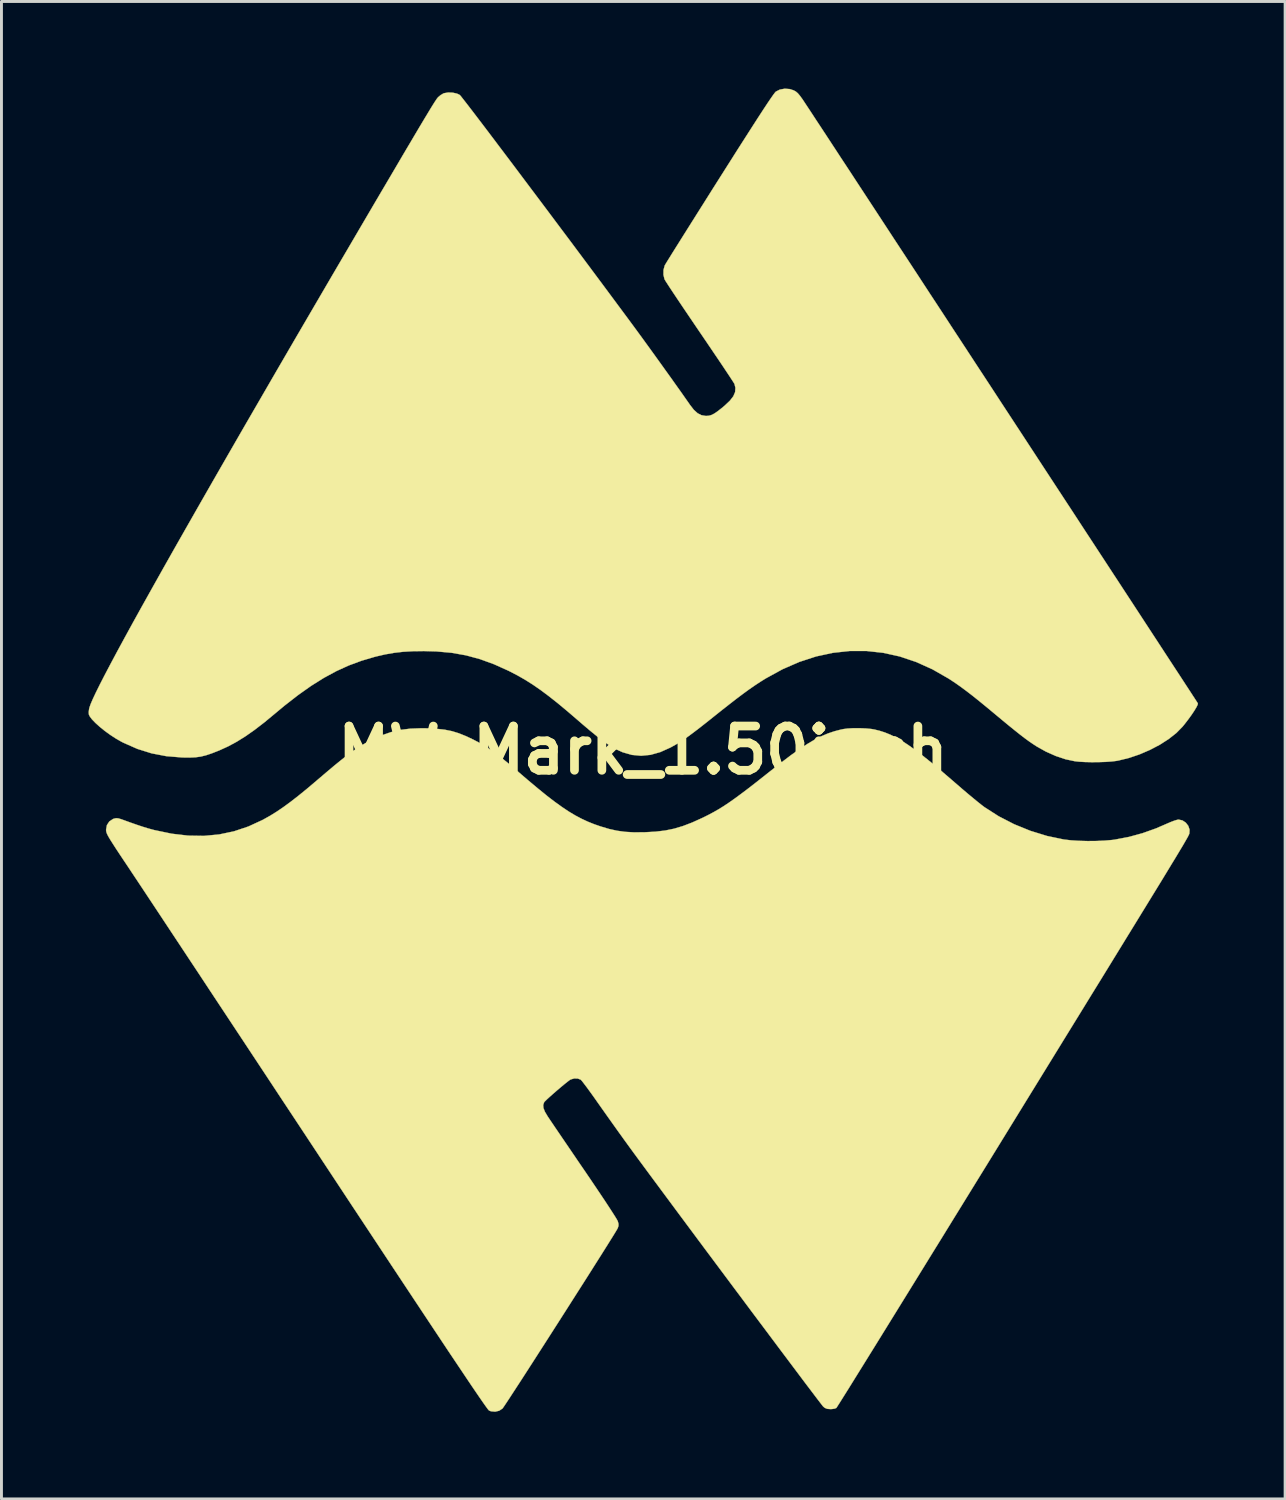
<source format=kicad_pcb>
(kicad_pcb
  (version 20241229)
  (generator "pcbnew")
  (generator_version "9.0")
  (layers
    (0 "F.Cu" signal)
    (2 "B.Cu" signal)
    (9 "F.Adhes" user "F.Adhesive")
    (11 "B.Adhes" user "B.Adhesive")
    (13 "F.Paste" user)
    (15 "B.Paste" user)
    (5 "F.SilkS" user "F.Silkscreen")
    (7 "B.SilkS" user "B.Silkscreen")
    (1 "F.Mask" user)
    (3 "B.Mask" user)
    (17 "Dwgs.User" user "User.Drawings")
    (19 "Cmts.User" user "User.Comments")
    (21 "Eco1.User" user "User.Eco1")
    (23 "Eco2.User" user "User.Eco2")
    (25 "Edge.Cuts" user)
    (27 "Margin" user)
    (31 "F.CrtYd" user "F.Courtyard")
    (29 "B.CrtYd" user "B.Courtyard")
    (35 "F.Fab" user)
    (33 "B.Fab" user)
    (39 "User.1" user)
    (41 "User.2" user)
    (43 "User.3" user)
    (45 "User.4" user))
  (footprint "MW_Mark_1.50inch"
    (layer "F.Cu")
    (at 19.097 22.794)
    (property "Reference" "MW_Mark_1.50inch" (at 0 0 0) (layer "F.SilkS") (effects (font (size 1.524 1.524) (thickness 0.3))))
    (attr through_hole)
    (fp_poly (pts (xy 5.063 -22.775) (xy 5.198 -22.729) (xy 5.27 -22.688) (xy 5.337 -22.63) (xy 5.409 -22.544) (xy 5.499 -22.42) (xy 5.544 -22.352) (xy 5.602 -22.264) (xy 5.692 -22.128) (xy 5.812 -21.946) (xy 5.96 -21.719) (xy 6.137 -21.451) (xy 6.339 -21.143) (xy 6.565 -20.798) (xy 6.814 -20.417) (xy 7.086 -20.004) (xy 7.377 -19.559) (xy 7.687 -19.086) (xy 8.014 -18.587) (xy 8.357 -18.063) (xy 8.714 -17.517) (xy 9.085 -16.952) (xy 9.467 -16.369) (xy 9.858 -15.77) (xy 10.259 -15.159) (xy 10.666 -14.536) (xy 11.08 -13.905) (xy 11.497 -13.267) (xy 11.918 -12.625) (xy 12.339 -11.98) (xy 12.761 -11.336) (xy 13.181 -10.694) (xy 13.598 -10.056) (xy 14.011 -9.425) (xy 14.418 -8.803) (xy 14.818 -8.193) (xy 15.208 -7.595) (xy 15.589 -7.013) (xy 15.958 -6.449) (xy 16.314 -5.905) (xy 16.656 -5.382) (xy 16.981 -4.885) (xy 17.289 -4.413) (xy 17.578 -3.971) (xy 17.847 -3.559) (xy 18.094 -3.181) (xy 18.318 -2.838) (xy 18.518 -2.533) (xy 18.691 -2.267) (xy 18.837 -2.044) (xy 18.953 -1.865) (xy 19.04 -1.732) (xy 19.094 -1.648) (xy 19.115 -1.615) (xy 19.115 -1.614) (xy 19.106 -1.566) (xy 19.062 -1.478) (xy 18.99 -1.359) (xy 18.896 -1.218) (xy 18.785 -1.065) (xy 18.665 -0.909) (xy 18.586 -0.812) (xy 18.374 -0.596) (xy 18.109 -0.387) (xy 17.803 -0.191) (xy 17.466 -0.014) (xy 17.109 0.14) (xy 16.743 0.264) (xy 16.379 0.353) (xy 16.316 0.365) (xy 16.152 0.385) (xy 15.943 0.4) (xy 15.707 0.408) (xy 15.461 0.41) (xy 15.226 0.405) (xy 15.017 0.393) (xy 14.88 0.378) (xy 14.558 0.31) (xy 14.218 0.196) (xy 13.877 0.044) (xy 13.563 -0.132) (xy 13.434 -0.216) (xy 13.3 -0.308) (xy 13.156 -0.413) (xy 12.994 -0.537) (xy 12.808 -0.685) (xy 12.591 -0.861) (xy 12.337 -1.071) (xy 12.175 -1.206) (xy 11.865 -1.464) (xy 11.595 -1.685) (xy 11.359 -1.874) (xy 11.149 -2.036) (xy 10.959 -2.177) (xy 10.781 -2.303) (xy 10.609 -2.418) (xy 10.523 -2.473) (xy 9.971 -2.789) (xy 9.412 -3.041) (xy 8.847 -3.231) (xy 8.276 -3.357) (xy 7.701 -3.42) (xy 7.124 -3.42) (xy 6.544 -3.357) (xy 5.964 -3.232) (xy 5.385 -3.043) (xy 4.807 -2.791) (xy 4.232 -2.476) (xy 4.217 -2.467) (xy 4.036 -2.354) (xy 3.854 -2.234) (xy 3.663 -2.102) (xy 3.457 -1.952) (xy 3.228 -1.78) (xy 2.969 -1.579) (xy 2.673 -1.346) (xy 2.481 -1.193) (xy 2.198 -0.967) (xy 1.956 -0.777) (xy 1.749 -0.619) (xy 1.57 -0.486) (xy 1.413 -0.376) (xy 1.27 -0.282) (xy 1.135 -0.199) (xy 1.001 -0.124) (xy 0.942 -0.092) (xy 0.596 0.063) (xy 0.262 0.157) (xy -0.063 0.189) (xy -0.382 0.159) (xy -0.697 0.069) (xy -0.919 -0.032) (xy -1.067 -0.115) (xy -1.224 -0.216) (xy -1.399 -0.34) (xy -1.596 -0.492) (xy -1.823 -0.677) (xy -2.085 -0.899) (xy -2.244 -1.037) (xy -2.612 -1.353) (xy -2.944 -1.629) (xy -3.247 -1.868) (xy -3.527 -2.077) (xy -3.793 -2.261) (xy -4.051 -2.424) (xy -4.309 -2.572) (xy -4.574 -2.71) (xy -4.631 -2.739) (xy -5.133 -2.965) (xy -5.617 -3.141) (xy -6.098 -3.271) (xy -6.592 -3.358) (xy -7.113 -3.405) (xy -7.544 -3.417) (xy -7.921 -3.412) (xy -8.256 -3.393) (xy -8.569 -3.357) (xy -8.88 -3.303) (xy -9.208 -3.227) (xy -9.248 -3.216) (xy -9.695 -3.084) (xy -10.13 -2.923) (xy -10.559 -2.728) (xy -10.989 -2.495) (xy -11.427 -2.221) (xy -11.878 -1.902) (xy -12.351 -1.534) (xy -12.68 -1.26) (xy -13.046 -0.957) (xy -13.382 -0.699) (xy -13.696 -0.479) (xy -13.995 -0.293) (xy -14.288 -0.135) (xy -14.583 -0.00028) (xy -14.613 0.012) (xy -14.85 0.105) (xy -15.049 0.172) (xy -15.231 0.217) (xy -15.414 0.242) (xy -15.617 0.251) (xy -15.86 0.248) (xy -15.882 0.247) (xy -16.417 0.203) (xy -16.924 0.106) (xy -17.413 -0.047) (xy -17.896 -0.26) (xy -17.961 -0.293) (xy -18.152 -0.402) (xy -18.346 -0.528) (xy -18.535 -0.665) (xy -18.709 -0.806) (xy -18.861 -0.943) (xy -18.981 -1.068) (xy -19.06 -1.175) (xy -19.087 -1.236) (xy -19.092 -1.317) (xy -19.078 -1.422) (xy -19.069 -1.462) (xy -19.029 -1.58) (xy -18.956 -1.752) (xy -18.851 -1.976) (xy -18.714 -2.253) (xy -18.546 -2.581) (xy -18.347 -2.959) (xy -18.119 -3.387) (xy -17.86 -3.864) (xy -17.572 -4.39) (xy -17.255 -4.962) (xy -16.909 -5.581) (xy -16.536 -6.246) (xy -16.135 -6.956) (xy -15.706 -7.71) (xy -15.251 -8.508) (xy -14.77 -9.348) (xy -14.263 -10.23) (xy -13.731 -11.153) (xy -13.173 -12.116) (xy -12.592 -13.119) (xy -11.986 -14.161) (xy -11.356 -15.24) (xy -10.704 -16.356) (xy -10.028 -17.509) (xy -9.619 -18.207) (xy -9.285 -18.776) (xy -8.981 -19.293) (xy -8.706 -19.759) (xy -8.459 -20.179) (xy -8.239 -20.554) (xy -8.042 -20.886) (xy -7.869 -21.179) (xy -7.718 -21.434) (xy -7.586 -21.655) (xy -7.473 -21.843) (xy -7.377 -22.002) (xy -7.297 -22.134) (xy -7.231 -22.241) (xy -7.177 -22.326) (xy -7.134 -22.391) (xy -7.101 -22.44) (xy -7.075 -22.474) (xy -7.057 -22.495) (xy -6.969 -22.569) (xy -6.872 -22.626) (xy -6.85 -22.634) (xy -6.709 -22.658) (xy -6.551 -22.652) (xy -6.404 -22.619) (xy -6.309 -22.572) (xy -6.28 -22.54) (xy -6.216 -22.459) (xy -6.118 -22.334) (xy -5.988 -22.166) (xy -5.83 -21.96) (xy -5.646 -21.718) (xy -5.436 -21.442) (xy -5.205 -21.137) (xy -4.954 -20.804) (xy -4.685 -20.448) (xy -4.401 -20.071) (xy -4.104 -19.675) (xy -3.796 -19.265) (xy -3.479 -18.843) (xy -3.156 -18.412) (xy -2.829 -17.975) (xy -2.5 -17.536) (xy -2.172 -17.096) (xy -1.847 -16.66) (xy -1.526 -16.229) (xy -1.213 -15.808) (xy -0.91 -15.399) (xy -0.618 -15.006) (xy -0.349 -14.642) (xy -0.197 -14.435) (xy -0.023 -14.197) (xy 0.167 -13.935) (xy 0.368 -13.657) (xy 0.574 -13.371) (xy 0.779 -13.085) (xy 0.978 -12.808) (xy 1.163 -12.547) (xy 1.331 -12.311) (xy 1.474 -12.107) (xy 1.588 -11.945) (xy 1.617 -11.902) (xy 1.752 -11.728) (xy 1.882 -11.61) (xy 2.016 -11.542) (xy 2.164 -11.517) (xy 2.182 -11.517) (xy 2.27 -11.524) (xy 2.356 -11.547) (xy 2.45 -11.594) (xy 2.563 -11.67) (xy 2.704 -11.78) (xy 2.816 -11.873) (xy 2.993 -12.04) (xy 3.112 -12.193) (xy 3.175 -12.34) (xy 3.185 -12.486) (xy 3.153 -12.617) (xy 3.13 -12.656) (xy 3.074 -12.744) (xy 2.989 -12.874) (xy 2.876 -13.044) (xy 2.741 -13.247) (xy 2.584 -13.48) (xy 2.41 -13.737) (xy 2.222 -14.015) (xy 2.023 -14.308) (xy 1.954 -14.409) (xy 1.752 -14.707) (xy 1.559 -14.992) (xy 1.379 -15.258) (xy 1.215 -15.502) (xy 1.07 -15.719) (xy 0.948 -15.903) (xy 0.852 -16.05) (xy 0.784 -16.156) (xy 0.748 -16.216) (xy 0.743 -16.224) (xy 0.706 -16.378) (xy 0.708 -16.545) (xy 0.749 -16.696) (xy 0.756 -16.712) (xy 0.781 -16.753) (xy 0.837 -16.845) (xy 0.923 -16.983) (xy 1.035 -17.164) (xy 1.173 -17.384) (xy 1.333 -17.639) (xy 1.514 -17.927) (xy 1.713 -18.243) (xy 1.927 -18.583) (xy 2.155 -18.944) (xy 2.393 -19.323) (xy 2.64 -19.713) (xy 2.97 -20.233) (xy 3.266 -20.701) (xy 3.531 -21.115) (xy 3.764 -21.479) (xy 3.966 -21.793) (xy 4.139 -22.059) (xy 4.282 -22.276) (xy 4.397 -22.446) (xy 4.484 -22.571) (xy 4.544 -22.651) (xy 4.577 -22.688) (xy 4.718 -22.759) (xy 4.887 -22.789) (xy 5.063 -22.775)) (stroke (width 0.01) (type solid)) (fill yes) (layer "F.SilkS"))
    (fp_poly (pts (xy 7.678 -0.752) (xy 7.866 -0.734) (xy 7.966 -0.717) (xy 8.151 -0.672) (xy 8.335 -0.613) (xy 8.52 -0.538) (xy 8.713 -0.443) (xy 8.916 -0.326) (xy 9.135 -0.184) (xy 9.375 -0.013) (xy 9.64 0.189) (xy 9.935 0.425) (xy 10.263 0.699) (xy 10.63 1.014) (xy 10.801 1.162) (xy 10.994 1.329) (xy 11.187 1.493) (xy 11.37 1.645) (xy 11.533 1.779) (xy 11.667 1.886) (xy 11.762 1.958) (xy 12.254 2.273) (xy 12.786 2.547) (xy 13.346 2.775) (xy 13.92 2.952) (xy 14.498 3.073) (xy 14.514 3.075) (xy 14.748 3.102) (xy 15.024 3.119) (xy 15.323 3.127) (xy 15.626 3.124) (xy 15.913 3.111) (xy 16.165 3.089) (xy 16.254 3.077) (xy 16.742 2.984) (xy 17.206 2.857) (xy 17.67 2.692) (xy 18.04 2.532) (xy 18.179 2.472) (xy 18.306 2.424) (xy 18.404 2.395) (xy 18.449 2.387) (xy 18.584 2.416) (xy 18.699 2.493) (xy 18.785 2.604) (xy 18.829 2.735) (xy 18.822 2.865) (xy 18.818 2.878) (xy 18.811 2.895) (xy 18.801 2.917) (xy 18.787 2.946) (xy 18.768 2.983) (xy 18.742 3.029) (xy 18.709 3.087) (xy 18.668 3.158) (xy 18.619 3.243) (xy 18.559 3.344) (xy 18.488 3.462) (xy 18.405 3.6) (xy 18.309 3.759) (xy 18.199 3.939) (xy 18.075 4.144) (xy 17.935 4.374) (xy 17.778 4.631) (xy 17.603 4.916) (xy 17.41 5.231) (xy 17.197 5.578) (xy 16.964 5.958) (xy 16.709 6.373) (xy 16.432 6.824) (xy 16.132 7.313) (xy 15.807 7.842) (xy 15.456 8.411) (xy 15.08 9.023) (xy 14.676 9.679) (xy 14.244 10.381) (xy 13.783 11.13) (xy 13.292 11.928) (xy 12.77 12.776) (xy 12.216 13.677) (xy 11.955 14.101) (xy 11.538 14.777) (xy 11.13 15.439) (xy 10.731 16.086) (xy 10.344 16.715) (xy 9.968 17.323) (xy 9.606 17.91) (xy 9.259 18.472) (xy 8.928 19.008) (xy 8.614 19.516) (xy 8.319 19.993) (xy 8.044 20.438) (xy 7.789 20.849) (xy 7.557 21.223) (xy 7.349 21.558) (xy 7.166 21.853) (xy 7.009 22.105) (xy 6.879 22.312) (xy 6.779 22.472) (xy 6.708 22.583) (xy 6.669 22.644) (xy 6.661 22.655) (xy 6.599 22.679) (xy 6.502 22.693) (xy 6.456 22.694) (xy 6.345 22.685) (xy 6.264 22.651) (xy 6.21 22.607) (xy 6.182 22.573) (xy 6.118 22.49) (xy 6.021 22.364) (xy 5.893 22.195) (xy 5.736 21.988) (xy 5.553 21.746) (xy 5.347 21.471) (xy 5.119 21.168) (xy 4.872 20.839) (xy 4.608 20.487) (xy 4.331 20.116) (xy 4.041 19.729) (xy 3.741 19.329) (xy 3.435 18.918) (xy 3.123 18.501) (xy 2.809 18.08) (xy 2.495 17.659) (xy 2.183 17.241) (xy 1.876 16.829) (xy 1.576 16.425) (xy 1.285 16.034) (xy 1.006 15.658) (xy 0.741 15.301) (xy 0.493 14.966) (xy 0.263 14.656) (xy 0.054 14.373) (xy -0.131 14.122) (xy -0.29 13.906) (xy -0.421 13.727) (xy -0.45 13.687) (xy -0.631 13.438) (xy -0.83 13.161) (xy -1.036 12.872) (xy -1.238 12.588) (xy -1.424 12.325) (xy -1.559 12.134) (xy -1.695 11.94) (xy -1.823 11.762) (xy -1.937 11.606) (xy -2.032 11.481) (xy -2.101 11.392) (xy -2.141 11.348) (xy -2.144 11.346) (xy -2.247 11.307) (xy -2.371 11.305) (xy -2.488 11.339) (xy -2.517 11.355) (xy -2.59 11.41) (xy -2.693 11.492) (xy -2.815 11.593) (xy -2.947 11.705) (xy -3.078 11.819) (xy -3.2 11.927) (xy -3.302 12.02) (xy -3.373 12.089) (xy -3.405 12.126) (xy -3.436 12.22) (xy -3.427 12.325) (xy -3.377 12.451) (xy -3.284 12.608) (xy -3.238 12.677) (xy -3.16 12.793) (xy -3.054 12.95) (xy -2.922 13.144) (xy -2.769 13.369) (xy -2.599 13.619) (xy -2.414 13.89) (xy -2.22 14.176) (xy -2.021 14.467) (xy -1.823 14.757) (xy -1.635 15.036) (xy -1.46 15.297) (xy -1.301 15.535) (xy -1.162 15.747) (xy -1.046 15.926) (xy -0.956 16.067) (xy -0.896 16.167) (xy -0.868 16.219) (xy -0.867 16.221) (xy -0.842 16.315) (xy -0.844 16.387) (xy -0.869 16.462) (xy -0.894 16.507) (xy -0.95 16.6) (xy -1.035 16.739) (xy -1.147 16.918) (xy -1.282 17.134) (xy -1.438 17.382) (xy -1.613 17.658) (xy -1.803 17.959) (xy -2.006 18.279) (xy -2.22 18.614) (xy -2.441 18.961) (xy -2.667 19.316) (xy -2.895 19.673) (xy -3.123 20.029) (xy -3.347 20.379) (xy -3.566 20.72) (xy -3.776 21.047) (xy -3.975 21.356) (xy -4.16 21.643) (xy -4.329 21.903) (xy -4.478 22.132) (xy -4.605 22.327) (xy -4.708 22.483) (xy -4.783 22.595) (xy -4.828 22.661) (xy -4.839 22.674) (xy -4.952 22.75) (xy -5.091 22.782) (xy -5.234 22.769) (xy -5.3 22.743) (xy -5.317 22.727) (xy -5.349 22.687) (xy -5.397 22.622) (xy -5.463 22.53) (xy -5.546 22.411) (xy -5.648 22.263) (xy -5.77 22.084) (xy -5.913 21.874) (xy -6.077 21.63) (xy -6.263 21.352) (xy -6.473 21.039) (xy -6.708 20.688) (xy -6.967 20.298) (xy -7.252 19.869) (xy -7.564 19.399) (xy -7.904 18.886) (xy -8.273 18.329) (xy -8.671 17.728) (xy -9.1 17.079) (xy -9.56 16.383) (xy -10.053 15.638) (xy -10.578 14.842) (xy -11.124 14.015) (xy -11.58 13.324) (xy -12.031 12.641) (xy -12.477 11.967) (xy -12.914 11.304) (xy -13.343 10.655) (xy -13.761 10.022) (xy -14.167 9.408) (xy -14.559 8.815) (xy -14.936 8.245) (xy -15.295 7.7) (xy -15.637 7.184) (xy -15.958 6.698) (xy -16.258 6.245) (xy -16.534 5.827) (xy -16.786 5.446) (xy -17.012 5.105) (xy -17.21 4.806) (xy -17.379 4.551) (xy -17.517 4.344) (xy -17.622 4.186) (xy -17.673 4.108) (xy -17.865 3.821) (xy -18.025 3.581) (xy -18.155 3.384) (xy -18.258 3.224) (xy -18.338 3.098) (xy -18.398 2.998) (xy -18.44 2.922) (xy -18.467 2.863) (xy -18.483 2.816) (xy -18.491 2.776) (xy -18.493 2.739) (xy -18.493 2.732) (xy -18.464 2.577) (xy -18.383 2.453) (xy -18.256 2.368) (xy -18.225 2.356) (xy -18.151 2.339) (xy -18.076 2.344) (xy -17.976 2.373) (xy -17.931 2.389) (xy -17.652 2.49) (xy -17.42 2.571) (xy -17.224 2.636) (xy -17.052 2.689) (xy -16.892 2.733) (xy -16.822 2.751) (xy -16.231 2.874) (xy -15.666 2.94) (xy -15.123 2.949) (xy -14.598 2.899) (xy -14.089 2.792) (xy -13.59 2.625) (xy -13.1 2.399) (xy -12.834 2.25) (xy -12.617 2.115) (xy -12.39 1.961) (xy -12.147 1.783) (xy -11.88 1.576) (xy -11.583 1.334) (xy -11.25 1.053) (xy -11.198 1.008) (xy -10.897 0.752) (xy -10.637 0.533) (xy -10.41 0.348) (xy -10.212 0.192) (xy -10.035 0.059) (xy -9.873 -0.054) (xy -9.719 -0.152) (xy -9.567 -0.241) (xy -9.411 -0.324) (xy -9.337 -0.362) (xy -9.003 -0.513) (xy -8.681 -0.625) (xy -8.357 -0.702) (xy -8.014 -0.745) (xy -7.636 -0.759) (xy -7.419 -0.756) (xy -7.102 -0.739) (xy -6.829 -0.709) (xy -6.581 -0.659) (xy -6.34 -0.585) (xy -6.087 -0.483) (xy -5.841 -0.366) (xy -5.612 -0.245) (xy -5.386 -0.109) (xy -5.153 0.049) (xy -4.904 0.235) (xy -4.63 0.456) (xy -4.345 0.699) (xy -3.965 1.025) (xy -3.626 1.309) (xy -3.321 1.557) (xy -3.044 1.77) (xy -2.79 1.953) (xy -2.555 2.11) (xy -2.331 2.244) (xy -2.114 2.359) (xy -1.899 2.459) (xy -1.679 2.547) (xy -1.46 2.623) (xy -1.169 2.71) (xy -0.894 2.771) (xy -0.619 2.809) (xy -0.323 2.826) (xy 0.012 2.825) (xy 0.074 2.823) (xy 0.438 2.803) (xy 0.765 2.764) (xy 1.073 2.701) (xy 1.377 2.61) (xy 1.696 2.488) (xy 2.045 2.33) (xy 2.085 2.311) (xy 2.263 2.222) (xy 2.433 2.131) (xy 2.601 2.035) (xy 2.773 1.929) (xy 2.955 1.808) (xy 3.153 1.669) (xy 3.372 1.508) (xy 3.62 1.321) (xy 3.901 1.103) (xy 4.221 0.85) (xy 4.417 0.695) (xy 4.783 0.408) (xy 5.109 0.161) (xy 5.403 -0.047) (xy 5.67 -0.222) (xy 5.915 -0.367) (xy 6.147 -0.484) (xy 6.37 -0.579) (xy 6.59 -0.653) (xy 6.815 -0.712) (xy 6.901 -0.73) (xy 7.055 -0.75) (xy 7.25 -0.761) (xy 7.465 -0.761) (xy 7.678 -0.752)) (stroke (width 0.01) (type solid)) (fill yes) (layer "F.SilkS")))
  (gr_rect
    (start -3 -3)
    (end 41.217 48.581)
    (stroke (width 0.1) (type default))
    (fill no)
    (layer "Edge.Cuts")))
</source>
